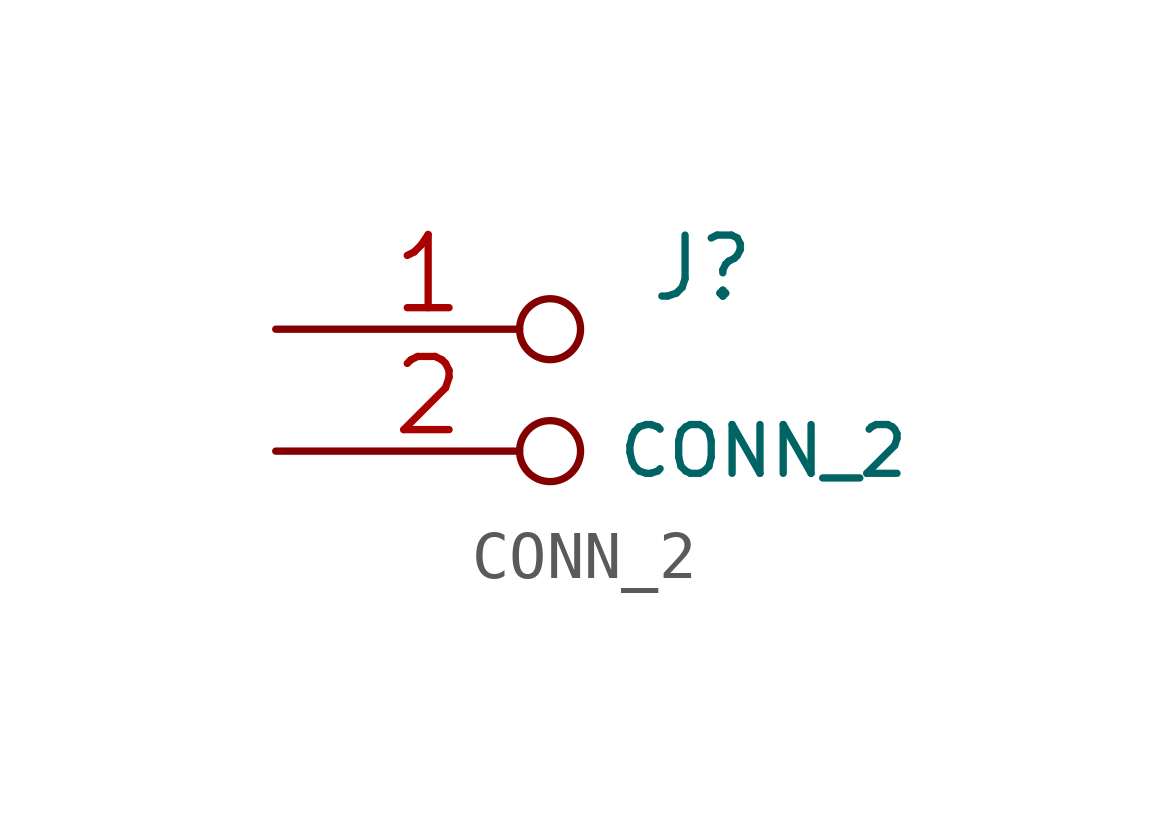
<source format=kicad_sym>
(kicad_symbol_lib
  (version 20211014)
  (generator kicad_symbol_editor)
  (symbol "CONN_2"
    (pin_names
      (offset 1.016) hide)
    (property "Reference" "J"
      (at 1.27 2.54 0)
      (effects (font (size 1.27 1.27))))
    (property "Value" "CONN_2"
      (at 2.54 -1.27 0)
      (effects (font (size 1.016 1.016))))
    (property "Footprint" ""
      (at 1.27 -1.27 0)
      (effects (font (size 1.524 1.524))))
    (property "Datasheet" ""
      (at 1.27 -1.27 0)
      (effects (font (size 1.524 1.524))))
    (symbol "CONN_2_1_1"
      (pin passive inverted (at -7.62 1.27 0) (length 6.35) (name "P1" (effects (font (size 1.524 1.524)))) (number "1" (effects (font (size 1.524 1.524)))))
      (pin passive inverted (at -7.62 -1.27 0) (length 6.35) (name "PM" (effects (font (size 1.524 1.524)))) (number "2" (effects (font (size 1.524 1.524))))))))
</source>
